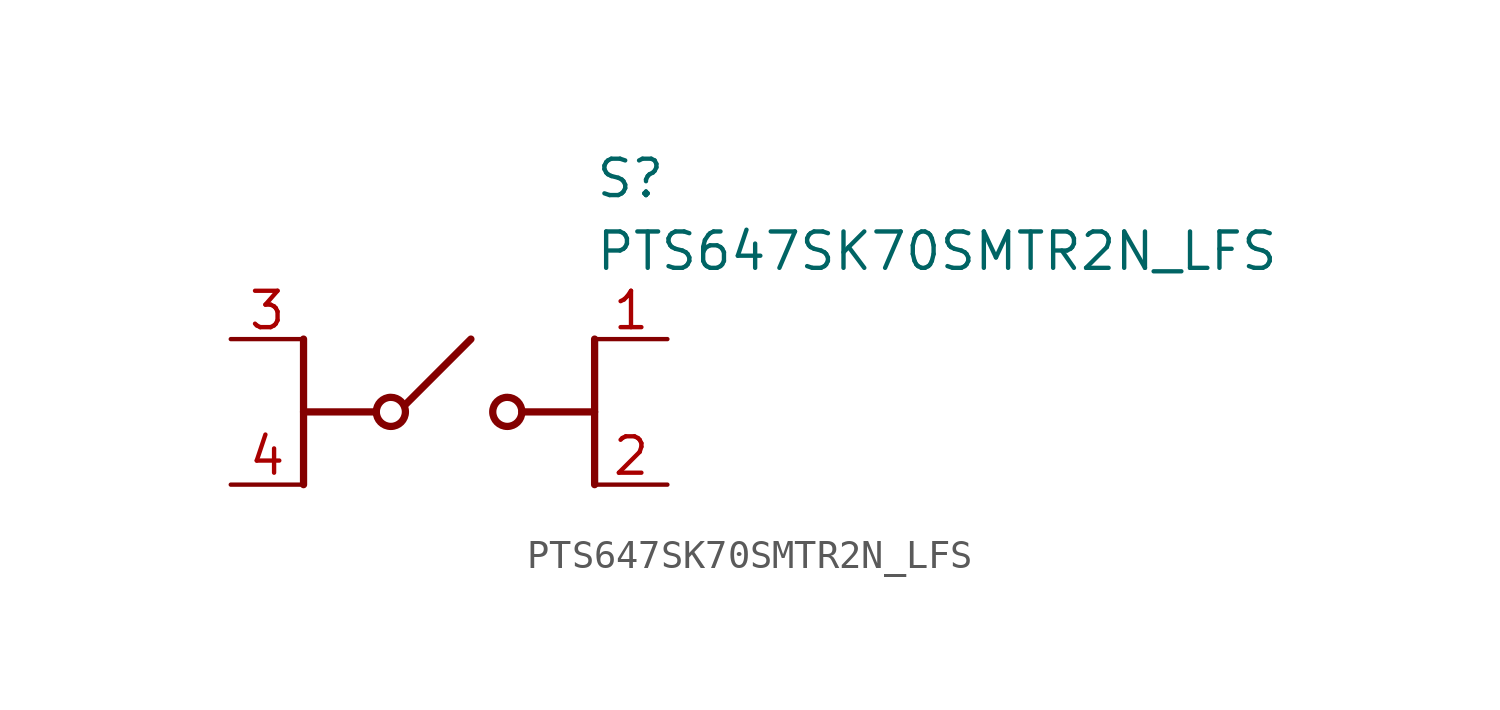
<source format=kicad_sym>
(kicad_symbol_lib
  (version 20211014)
  (generator SamacSys_ECAD_Model)
  (symbol "PTS647SK70SMTR2N_LFS"
    (pin_names hide)
    (property "Reference" "S"
      (at 12.7 6.35 0)
      (effects (font (size 1.27 1.27)) (justify left top)))
    (property "Value" "PTS647SK70SMTR2N_LFS"
      (at 12.7 3.81 0)
      (effects (font (size 1.27 1.27)) (justify left top)))
    (polyline
      (pts (xy 2.54 -5.08) (xy 2.54 0))
      (stroke (width 0.254) (type default))
      (fill (type none)))
    (polyline
      (pts (xy 2.54 -2.54) (xy 5.08 -2.54))
      (stroke (width 0.254) (type default))
      (fill (type none)))
    (polyline
      (pts (xy 10.16 -2.54) (xy 12.7 -2.54))
      (stroke (width 0.254) (type default))
      (fill (type none)))
    (polyline
      (pts (xy 12.7 -5.08) (xy 12.7 0))
      (stroke (width 0.254) (type default))
      (fill (type none)))
    (polyline
      (pts (xy 6.096 -2.286) (xy 8.382 0))
      (stroke (width 0.254) (type default))
      (fill (type none)))
    (circle
      (center 5.588 -2.54)
      (radius 0.508)
      (stroke (width 0.254) (type default))
      (fill (type none)))
    (circle
      (center 9.652 -2.54)
      (radius 0.508)
      (stroke (width 0.254) (type default))
      (fill (type none)))
    (pin passive line
      (at 0 0 0)
      (length 2.54)
      (name "COM_1" (effects (font (size 1.27 1.27))))
      (number "3" (effects (font (size 1.27 1.27)))))
    (pin passive line
      (at 0 -5.08 0)
      (length 2.54)
      (name "COM_2" (effects (font (size 1.27 1.27))))
      (number "4" (effects (font (size 1.27 1.27)))))
    (pin passive line
      (at 15.24 0 180)
      (length 2.54)
      (name "NO_1" (effects (font (size 1.27 1.27))))
      (number "1" (effects (font (size 1.27 1.27)))))
    (pin passive line
      (at 15.24 -5.08 180)
      (length 2.54)
      (name "NO_2" (effects (font (size 1.27 1.27))))
      (number "2" (effects (font (size 1.27 1.27)))))))
</source>
